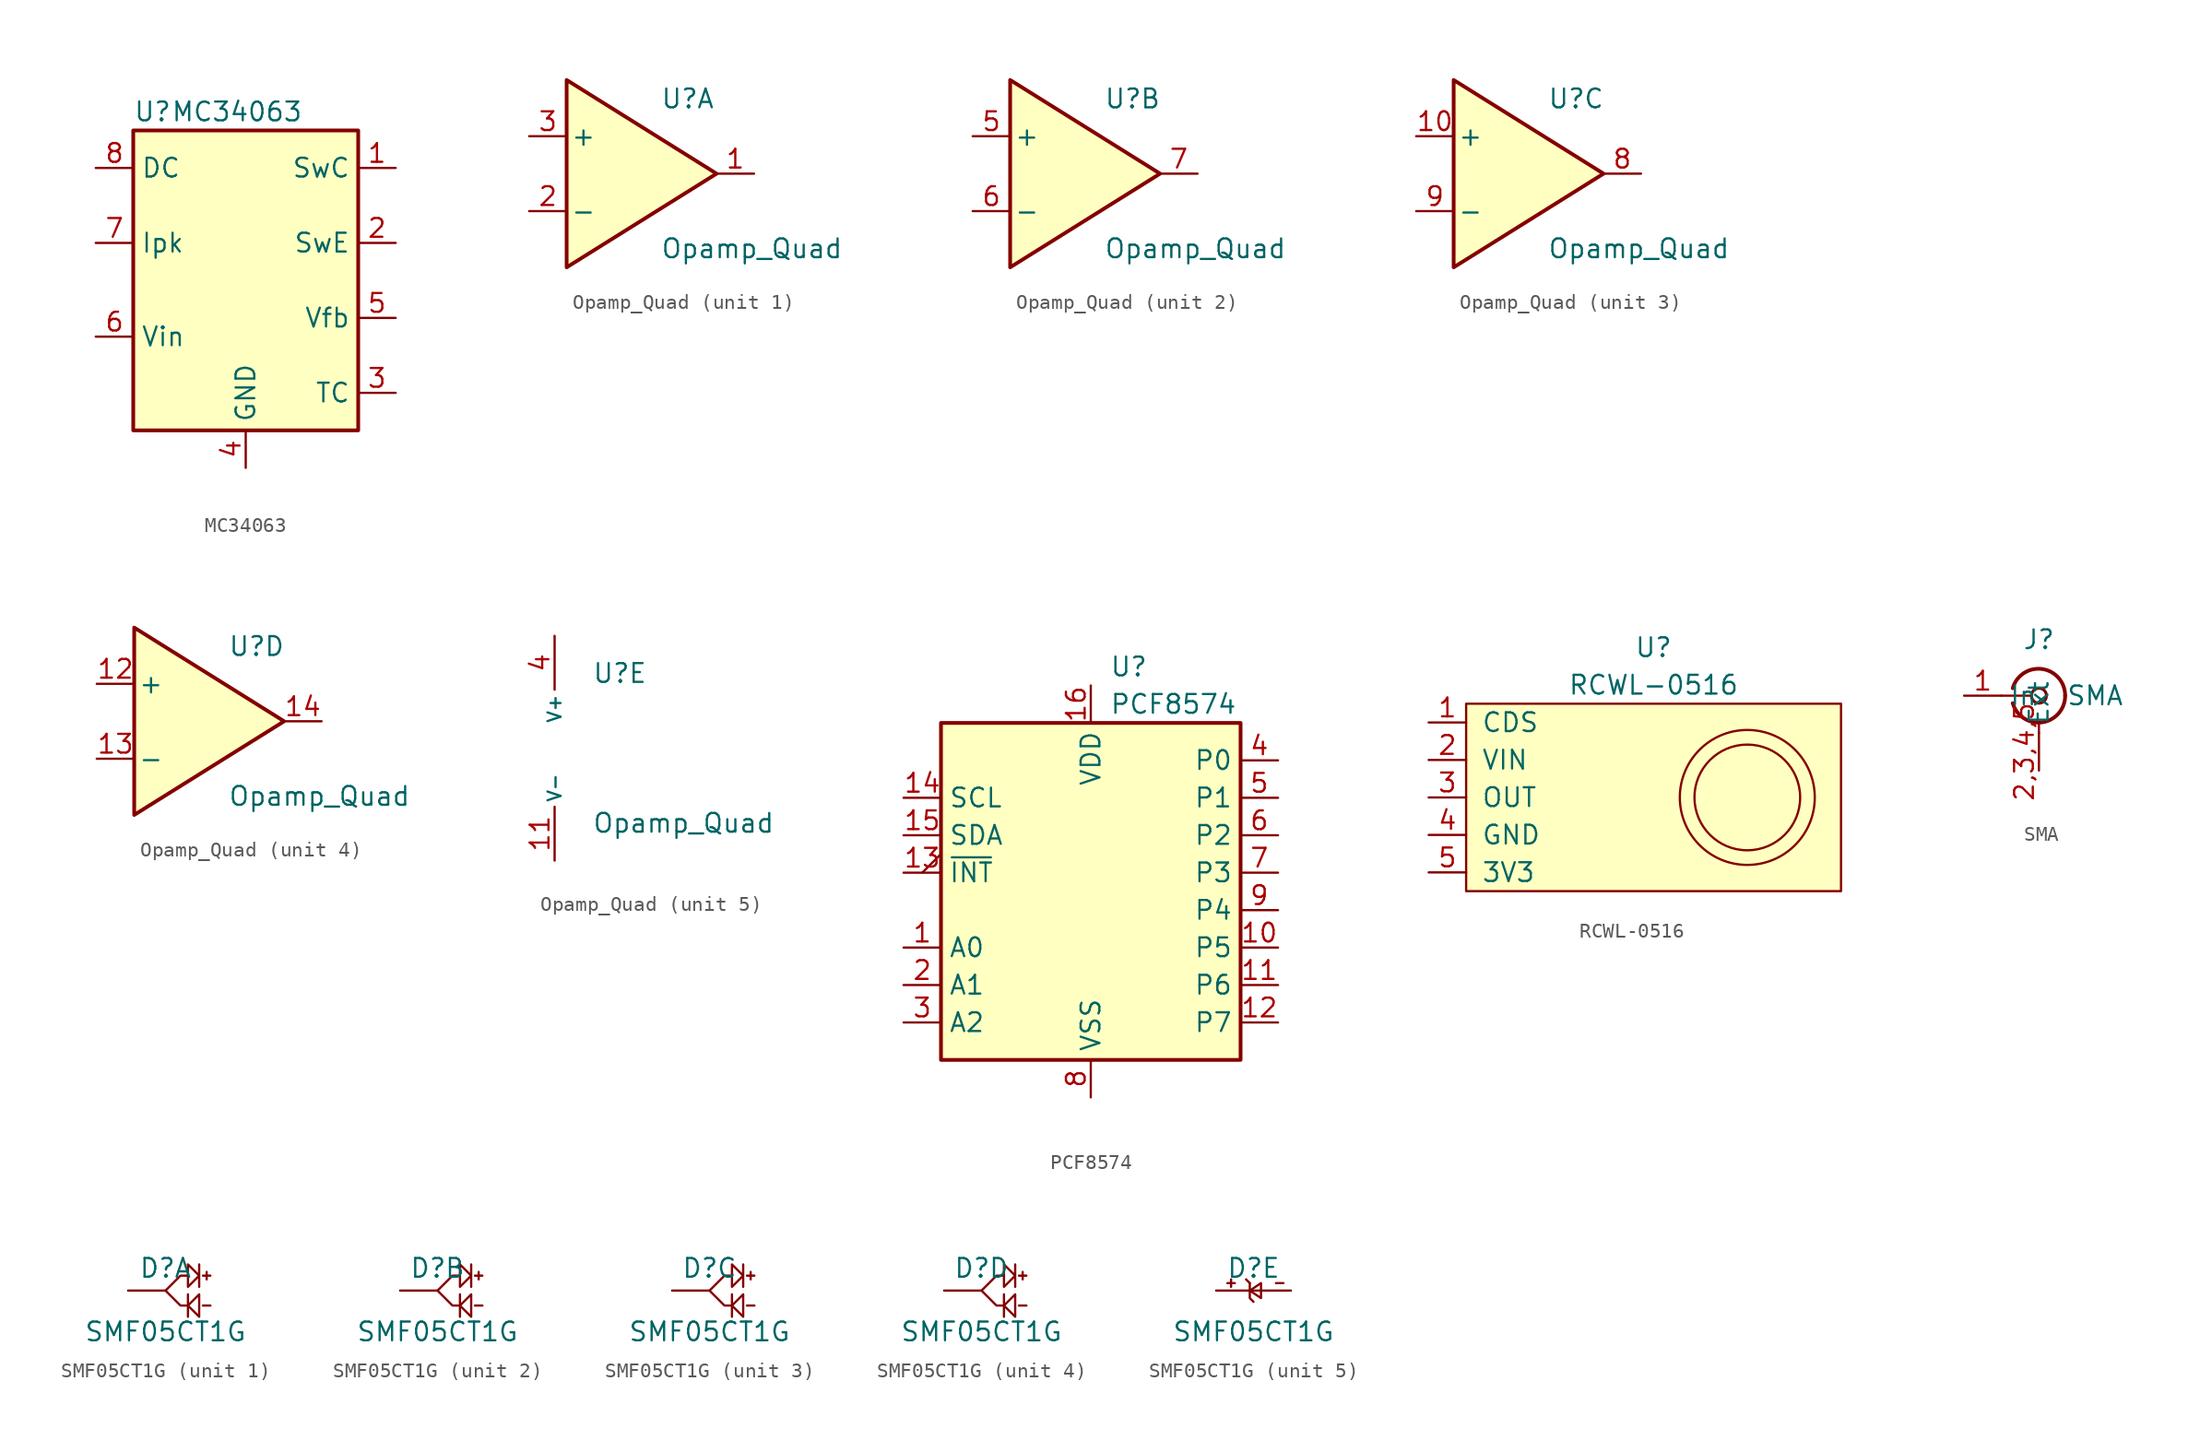
<source format=kicad_sym>
(kicad_symbol_lib
  (version 20211014)
  (generator kicad_symbol_editor)
  (symbol "MC34063"
    (property "Reference" "U"
      (at -7.62 11.43 0)
      (effects (font (size 1.27 1.27)) (justify left)))
    (property "Value" "MC34063"
      (at -5.08 11.43 0)
      (effects (font (size 1.27 1.27)) (justify left)))
    (symbol "MC34063_0_1"
      (rectangle (start -7.62 10.16) (end 7.62 -10.16) (stroke (width 0.254) (type default) (color 0 0 0 0)) (fill (type background))))
    (symbol "MC34063_1_1"
      (pin open_collector line (at 10.16 7.62 180) (length 2.54) (name "SwC" (effects (font (size 1.27 1.27)))) (number "1" (effects (font (size 1.27 1.27)))))
      (pin open_emitter line (at 10.16 2.54 180) (length 2.54) (name "SwE" (effects (font (size 1.27 1.27)))) (number "2" (effects (font (size 1.27 1.27)))))
      (pin passive line (at 10.16 -7.62 180) (length 2.54) (name "TC" (effects (font (size 1.27 1.27)))) (number "3" (effects (font (size 1.27 1.27)))))
      (pin power_in line (at 0 -12.7 90) (length 2.54) (name "GND" (effects (font (size 1.27 1.27)))) (number "4" (effects (font (size 1.27 1.27)))))
      (pin input line (at 10.16 -2.54 180) (length 2.54) (name "Vfb" (effects (font (size 1.27 1.27)))) (number "5" (effects (font (size 1.27 1.27)))))
      (pin power_in line (at -10.16 -3.81 0) (length 2.54) (name "Vin" (effects (font (size 1.27 1.27)))) (number "6" (effects (font (size 1.27 1.27)))))
      (pin input line (at -10.16 2.54 0) (length 2.54) (name "Ipk" (effects (font (size 1.27 1.27)))) (number "7" (effects (font (size 1.27 1.27)))))
      (pin open_collector line (at -10.16 7.62 0) (length 2.54) (name "DC" (effects (font (size 1.27 1.27)))) (number "8" (effects (font (size 1.27 1.27)))))))
  (symbol "Opamp_Quad"
    (pin_names
      (offset 0.254))
    (property "Reference" "U"
      (at 1.27 5.08 0)
      (effects (font (size 1.27 1.27)) (justify left)))
    (property "Value" "Opamp_Quad"
      (at 1.27 -5.08 0)
      (effects (font (size 1.27 1.27)) (justify left)))
    (property "ki_locked" ""
      (at 0 0 0)
      (effects (font (size 1.27 1.27))))
    (symbol "Opamp_Quad_1_1"
      (polyline (pts (xy -5.08 6.35) (xy 5.08 0) (xy -5.08 -6.35) (xy -5.08 6.35)) (stroke (width 0.254) (type default) (color 0 0 0 0)) (fill (type background)))
      (pin output line (at 7.62 0 180) (length 2.54) (name "~" (effects (font (size 1.27 1.27)))) (number "1" (effects (font (size 1.27 1.27)))))
      (pin input line (at -7.62 -2.54 0) (length 2.54) (name "-" (effects (font (size 1.27 1.27)))) (number "2" (effects (font (size 1.27 1.27)))))
      (pin input line (at -7.62 2.54 0) (length 2.54) (name "+" (effects (font (size 1.27 1.27)))) (number "3" (effects (font (size 1.27 1.27))))))
    (symbol "Opamp_Quad_2_1"
      (polyline (pts (xy -5.08 6.35) (xy 5.08 0) (xy -5.08 -6.35) (xy -5.08 6.35)) (stroke (width 0.254) (type default) (color 0 0 0 0)) (fill (type background)))
      (pin input line (at -7.62 2.54 0) (length 2.54) (name "+" (effects (font (size 1.27 1.27)))) (number "5" (effects (font (size 1.27 1.27)))))
      (pin input line (at -7.62 -2.54 0) (length 2.54) (name "-" (effects (font (size 1.27 1.27)))) (number "6" (effects (font (size 1.27 1.27)))))
      (pin output line (at 7.62 0 180) (length 2.54) (name "~" (effects (font (size 1.27 1.27)))) (number "7" (effects (font (size 1.27 1.27))))))
    (symbol "Opamp_Quad_3_1"
      (polyline (pts (xy -5.08 6.35) (xy 5.08 0) (xy -5.08 -6.35) (xy -5.08 6.35)) (stroke (width 0.254) (type default) (color 0 0 0 0)) (fill (type background)))
      (pin input line (at -7.62 2.54 0) (length 2.54) (name "+" (effects (font (size 1.27 1.27)))) (number "10" (effects (font (size 1.27 1.27)))))
      (pin output line (at 7.62 0 180) (length 2.54) (name "~" (effects (font (size 1.27 1.27)))) (number "8" (effects (font (size 1.27 1.27)))))
      (pin input line (at -7.62 -2.54 0) (length 2.54) (name "-" (effects (font (size 1.27 1.27)))) (number "9" (effects (font (size 1.27 1.27))))))
    (symbol "Opamp_Quad_4_1"
      (polyline (pts (xy -5.08 6.35) (xy 5.08 0) (xy -5.08 -6.35) (xy -5.08 6.35)) (stroke (width 0.254) (type default) (color 0 0 0 0)) (fill (type background)))
      (pin input line (at -7.62 2.54 0) (length 2.54) (name "+" (effects (font (size 1.27 1.27)))) (number "12" (effects (font (size 1.27 1.27)))))
      (pin input line (at -7.62 -2.54 0) (length 2.54) (name "-" (effects (font (size 1.27 1.27)))) (number "13" (effects (font (size 1.27 1.27)))))
      (pin output line (at 7.62 0 180) (length 2.54) (name "~" (effects (font (size 1.27 1.27)))) (number "14" (effects (font (size 1.27 1.27))))))
    (symbol "Opamp_Quad_5_1"
      (pin power_in line (at -1.27 -7.62 90) (length 3.651) (name "V-" (effects (font (size 0.889 0.889)))) (number "11" (effects (font (size 1.27 1.27)))))
      (pin power_in line (at -1.27 7.62 270) (length 3.651) (name "V+" (effects (font (size 0.889 0.889)))) (number "4" (effects (font (size 1.27 1.27)))))))
  (symbol "PCF8574"
    (property "Reference" "U"
      (at 1.27 15.24 0)
      (effects (font (size 1.27 1.27)) (justify left)))
    (property "Value" "PCF8574"
      (at 1.27 12.7 0)
      (effects (font (size 1.27 1.27)) (justify left)))
    (symbol "PCF8574_0_1"
      (rectangle (start -10.16 11.43) (end 10.16 -11.43) (stroke (width 0.254) (type default) (color 0 0 0 0)) (fill (type background))))
    (symbol "PCF8574_1_1"
      (pin input line (at -12.7 -3.81 0) (length 2.54) (name "A0" (effects (font (size 1.27 1.27)))) (number "1" (effects (font (size 1.27 1.27)))))
      (pin bidirectional line (at 12.7 -3.81 180) (length 2.54) (name "P5" (effects (font (size 1.27 1.27)))) (number "10" (effects (font (size 1.27 1.27)))))
      (pin bidirectional line (at 12.7 -6.35 180) (length 2.54) (name "P6" (effects (font (size 1.27 1.27)))) (number "11" (effects (font (size 1.27 1.27)))))
      (pin bidirectional line (at 12.7 -8.89 180) (length 2.54) (name "P7" (effects (font (size 1.27 1.27)))) (number "12" (effects (font (size 1.27 1.27)))))
      (pin open_collector output_low (at -12.7 1.27 0) (length 2.54) (name "~{INT}" (effects (font (size 1.27 1.27)))) (number "13" (effects (font (size 1.27 1.27)))))
      (pin input line (at -12.7 6.35 0) (length 2.54) (name "SCL" (effects (font (size 1.27 1.27)))) (number "14" (effects (font (size 1.27 1.27)))))
      (pin bidirectional line (at -12.7 3.81 0) (length 2.54) (name "SDA" (effects (font (size 1.27 1.27)))) (number "15" (effects (font (size 1.27 1.27)))))
      (pin power_in line (at 0 13.97 270) (length 2.54) (name "VDD" (effects (font (size 1.27 1.27)))) (number "16" (effects (font (size 1.27 1.27)))))
      (pin input line (at -12.7 -6.35 0) (length 2.54) (name "A1" (effects (font (size 1.27 1.27)))) (number "2" (effects (font (size 1.27 1.27)))))
      (pin input line (at -12.7 -8.89 0) (length 2.54) (name "A2" (effects (font (size 1.27 1.27)))) (number "3" (effects (font (size 1.27 1.27)))))
      (pin bidirectional line (at 12.7 8.89 180) (length 2.54) (name "P0" (effects (font (size 1.27 1.27)))) (number "4" (effects (font (size 1.27 1.27)))))
      (pin bidirectional line (at 12.7 6.35 180) (length 2.54) (name "P1" (effects (font (size 1.27 1.27)))) (number "5" (effects (font (size 1.27 1.27)))))
      (pin bidirectional line (at 12.7 3.81 180) (length 2.54) (name "P2" (effects (font (size 1.27 1.27)))) (number "6" (effects (font (size 1.27 1.27)))))
      (pin bidirectional line (at 12.7 1.27 180) (length 2.54) (name "P3" (effects (font (size 1.27 1.27)))) (number "7" (effects (font (size 1.27 1.27)))))
      (pin power_in line (at 0 -13.97 90) (length 2.54) (name "VSS" (effects (font (size 1.27 1.27)))) (number "8" (effects (font (size 1.27 1.27)))))
      (pin bidirectional line (at 12.7 -1.27 180) (length 2.54) (name "P4" (effects (font (size 1.27 1.27)))) (number "9" (effects (font (size 1.27 1.27)))))))
  (symbol "RCWL-0516"
    (pin_names
      (offset 1.016))
    (property "Reference" "U"
      (at 0 10.16 0)
      (effects (font (size 1.27 1.27))))
    (property "Value" "RCWL-0516"
      (at 0 7.62 0)
      (effects (font (size 1.27 1.27))))
    (symbol "RCWL-0516_0_0"
      (pin input line (at -15.24 5.08 0) (length 2.54) (name "CDS" (effects (font (size 1.27 1.27)))) (number "1" (effects (font (size 1.27 1.27)))))
      (pin power_in line (at -15.24 2.54 0) (length 2.54) (name "VIN" (effects (font (size 1.27 1.27)))) (number "2" (effects (font (size 1.27 1.27)))))
      (pin open_collector line (at -15.24 0 0) (length 2.54) (name "OUT" (effects (font (size 1.27 1.27)))) (number "3" (effects (font (size 1.27 1.27)))))
      (pin power_in line (at -15.24 -2.54 0) (length 2.54) (name "GND" (effects (font (size 1.27 1.27)))) (number "4" (effects (font (size 1.27 1.27)))))
      (pin power_out line (at -15.24 -5.08 0) (length 2.54) (name "3V3" (effects (font (size 1.27 1.27)))) (number "5" (effects (font (size 1.27 1.27))))))
    (symbol "RCWL-0516_0_1"
      (rectangle (start -12.7 -6.35) (end 12.7 6.35) (stroke (width 0) (type default) (color 0 0 0 0)) (fill (type background)))
      (circle (center 6.35 0) (radius 3.581) (stroke (width 0) (type default) (color 0 0 0 0)) (fill (type none)))
      (circle (center 6.35 0) (radius 4.572) (stroke (width 0) (type default) (color 0 0 0 0)) (fill (type none)))))
  (symbol "SMA"
    (property "Reference" "J"
      (at 0 0 0)
      (effects (font (size 1.27 1.27))))
    (property "Value" "SMA"
      (at 3.81 -3.81 0)
      (effects (font (size 1.27 1.27))))
    (symbol "SMA_0_1"
      (arc (start -1.778 -4.318) (mid 0.222 -5.618) (end 1.778 -3.81) (stroke (width 0.254) (type default) (color 0 0 0 0)) (fill (type none)))
      (circle (center 0 -3.81) (radius 0.508) (stroke (width 0.203) (type default) (color 0 0 0 0)) (fill (type none)))
      (polyline (pts (xy -2.54 -3.81) (xy -0.508 -3.81)) (stroke (width 0) (type default) (color 0 0 0 0)) (fill (type none)))
      (polyline (pts (xy 0 -6.35) (xy 0 -5.588)) (stroke (width 0) (type default) (color 0 0 0 0)) (fill (type none)))
      (arc (start 1.778 -3.81) (mid 0.2221 -2.0017) (end -1.778 -3.302) (stroke (width 0.254) (type default) (color 0 0 0 0)) (fill (type none))))
    (symbol "SMA_1_1"
      (pin passive line (at -5.08 -3.81 0) (length 2.54) (name "In" (effects (font (size 1.27 1.27)))) (number "1" (effects (font (size 1.27 1.27)))))
      (pin passive line (at 0 -8.89 90) (length 2.54) (name "Ext" (effects (font (size 1.27 1.27)))) (number "2,3,4,5" (effects (font (size 1.27 1.27)))))))
  (symbol "SMF05CT1G"
    (pin_numbers hide)
    (pin_names hide)
    (property "Reference" "D"
      (at 0 1.524 0)
      (effects (font (size 1.27 1.27))))
    (property "Value" "SMF05CT1G"
      (at 0 -2.794 0)
      (effects (font (size 1.27 1.27))))
    (property "ki_locked" ""
      (at 0 0 0)
      (effects (font (size 1.27 1.27))))
    (symbol "SMF05CT1G_1_1"
      (polyline (pts (xy 2.54 -1.016) (xy 3.048 -1.016)) (stroke (width 0) (type default) (color 0 0 0 0)) (fill (type none)))
      (polyline (pts (xy 2.54 1.016) (xy 3.048 1.016) (xy 2.794 1.016) (xy 2.794 1.27) (xy 2.794 0.762)) (stroke (width 0) (type default) (color 0 0 0 0)) (fill (type none)))
      (polyline (pts (xy 0 0) (xy 1.016 1.016) (xy 1.524 1.016) (xy 1.524 1.778) (xy 2.286 1.016) (xy 2.286 1.778) (xy 2.286 0.254) (xy 2.286 1.016) (xy 1.524 0.254) (xy 1.524 1.016) (xy 1.016 1.016) (xy 0 0) (xy 1.016 -1.016) (xy 1.524 -1.016) (xy 1.524 -0.254) (xy 1.524 -1.778) (xy 1.524 -1.016) (xy 2.286 -0.254) (xy 2.286 -1.778) (xy 1.524 -1.016)) (stroke (width 0) (type default) (color 0 0 0 0)) (fill (type none)))
      (pin passive line (at -2.54 0 0) (length 2.54) (name "K1" (effects (font (size 1.27 1.27)))) (number "1" (effects (font (size 1.27 1.27))))))
    (symbol "SMF05CT1G_2_1"
      (polyline (pts (xy 2.54 -1.016) (xy 3.048 -1.016)) (stroke (width 0) (type default) (color 0 0 0 0)) (fill (type none)))
      (polyline (pts (xy 2.54 1.016) (xy 3.048 1.016) (xy 2.794 1.016) (xy 2.794 1.27) (xy 2.794 0.762)) (stroke (width 0) (type default) (color 0 0 0 0)) (fill (type none)))
      (polyline (pts (xy 0 0) (xy 1.016 1.016) (xy 1.524 1.016) (xy 1.524 1.778) (xy 2.286 1.016) (xy 2.286 1.778) (xy 2.286 0.254) (xy 2.286 1.016) (xy 1.524 0.254) (xy 1.524 1.016) (xy 1.016 1.016) (xy 0 0) (xy 1.016 -1.016) (xy 1.524 -1.016) (xy 1.524 -0.254) (xy 1.524 -1.778) (xy 1.524 -1.016) (xy 2.286 -0.254) (xy 2.286 -1.778) (xy 1.524 -1.016)) (stroke (width 0) (type default) (color 0 0 0 0)) (fill (type none)))
      (pin passive line (at -2.54 0 0) (length 2.54) (name "K2" (effects (font (size 1.27 1.27)))) (number "3" (effects (font (size 1.27 1.27))))))
    (symbol "SMF05CT1G_3_1"
      (polyline (pts (xy 2.54 -1.016) (xy 3.048 -1.016)) (stroke (width 0) (type default) (color 0 0 0 0)) (fill (type none)))
      (polyline (pts (xy 2.54 1.016) (xy 3.048 1.016) (xy 2.794 1.016) (xy 2.794 1.27) (xy 2.794 0.762)) (stroke (width 0) (type default) (color 0 0 0 0)) (fill (type none)))
      (polyline (pts (xy 0 0) (xy 1.016 1.016) (xy 1.524 1.016) (xy 1.524 1.778) (xy 2.286 1.016) (xy 2.286 1.778) (xy 2.286 0.254) (xy 2.286 1.016) (xy 1.524 0.254) (xy 1.524 1.016) (xy 1.016 1.016) (xy 0 0) (xy 1.016 -1.016) (xy 1.524 -1.016) (xy 1.524 -0.254) (xy 1.524 -1.778) (xy 1.524 -1.016) (xy 2.286 -0.254) (xy 2.286 -1.778) (xy 1.524 -1.016)) (stroke (width 0) (type default) (color 0 0 0 0)) (fill (type none)))
      (pin passive line (at -2.54 0 0) (length 2.54) (name "K3" (effects (font (size 1.27 1.27)))) (number "4" (effects (font (size 1.27 1.27))))))
    (symbol "SMF05CT1G_4_1"
      (polyline (pts (xy 2.54 -1.016) (xy 3.048 -1.016)) (stroke (width 0) (type default) (color 0 0 0 0)) (fill (type none)))
      (polyline (pts (xy 2.54 1.016) (xy 3.048 1.016) (xy 2.794 1.016) (xy 2.794 1.27) (xy 2.794 0.762)) (stroke (width 0) (type default) (color 0 0 0 0)) (fill (type none)))
      (polyline (pts (xy 0 0) (xy 1.016 1.016) (xy 1.524 1.016) (xy 1.524 1.778) (xy 2.286 1.016) (xy 2.286 1.778) (xy 2.286 0.254) (xy 2.286 1.016) (xy 1.524 0.254) (xy 1.524 1.016) (xy 1.016 1.016) (xy 0 0) (xy 1.016 -1.016) (xy 1.524 -1.016) (xy 1.524 -0.254) (xy 1.524 -1.778) (xy 1.524 -1.016) (xy 2.286 -0.254) (xy 2.286 -1.778) (xy 1.524 -1.016)) (stroke (width 0) (type default) (color 0 0 0 0)) (fill (type none)))
      (pin passive line (at -2.54 0 0) (length 2.54) (name "A4" (effects (font (size 1.27 1.27)))) (number "6" (effects (font (size 1.27 1.27))))))
    (symbol "SMF05CT1G_5_1"
      (polyline (pts (xy -1.778 0.508) (xy -1.27 0.508)) (stroke (width 0) (type default) (color 0 0 0 0)) (fill (type none)))
      (polyline (pts (xy -1.524 0.762) (xy -1.524 0.254)) (stroke (width 0) (type default) (color 0 0 0 0)) (fill (type none)))
      (polyline (pts (xy -0.254 0.508) (xy -0.508 0.762)) (stroke (width 0) (type default) (color 0 0 0 0)) (fill (type none)))
      (polyline (pts (xy 1.524 0.508) (xy 2.032 0.508)) (stroke (width 0) (type default) (color 0 0 0 0)) (fill (type none)))
      (polyline (pts (xy -0.254 0.508) (xy -0.254 -0.508) (xy 0 -0.762)) (stroke (width 0) (type default) (color 0 0 0 0)) (fill (type none)))
      (polyline (pts (xy -0.254 0) (xy 0.508 0.508) (xy 0.508 -0.508) (xy -0.254 0)) (stroke (width 0) (type default) (color 0 0 0 0)) (fill (type none)))
      (pin passive line (at 2.54 0 180) (length 2.54) (name "A" (effects (font (size 1.27 1.27)))) (number "2" (effects (font (size 1.27 1.27)))))
      (pin passive line (at -2.54 0 0) (length 2.54) (name "K" (effects (font (size 1.27 1.27)))) (number "5" (effects (font (size 1.27 1.27))))))))
</source>
